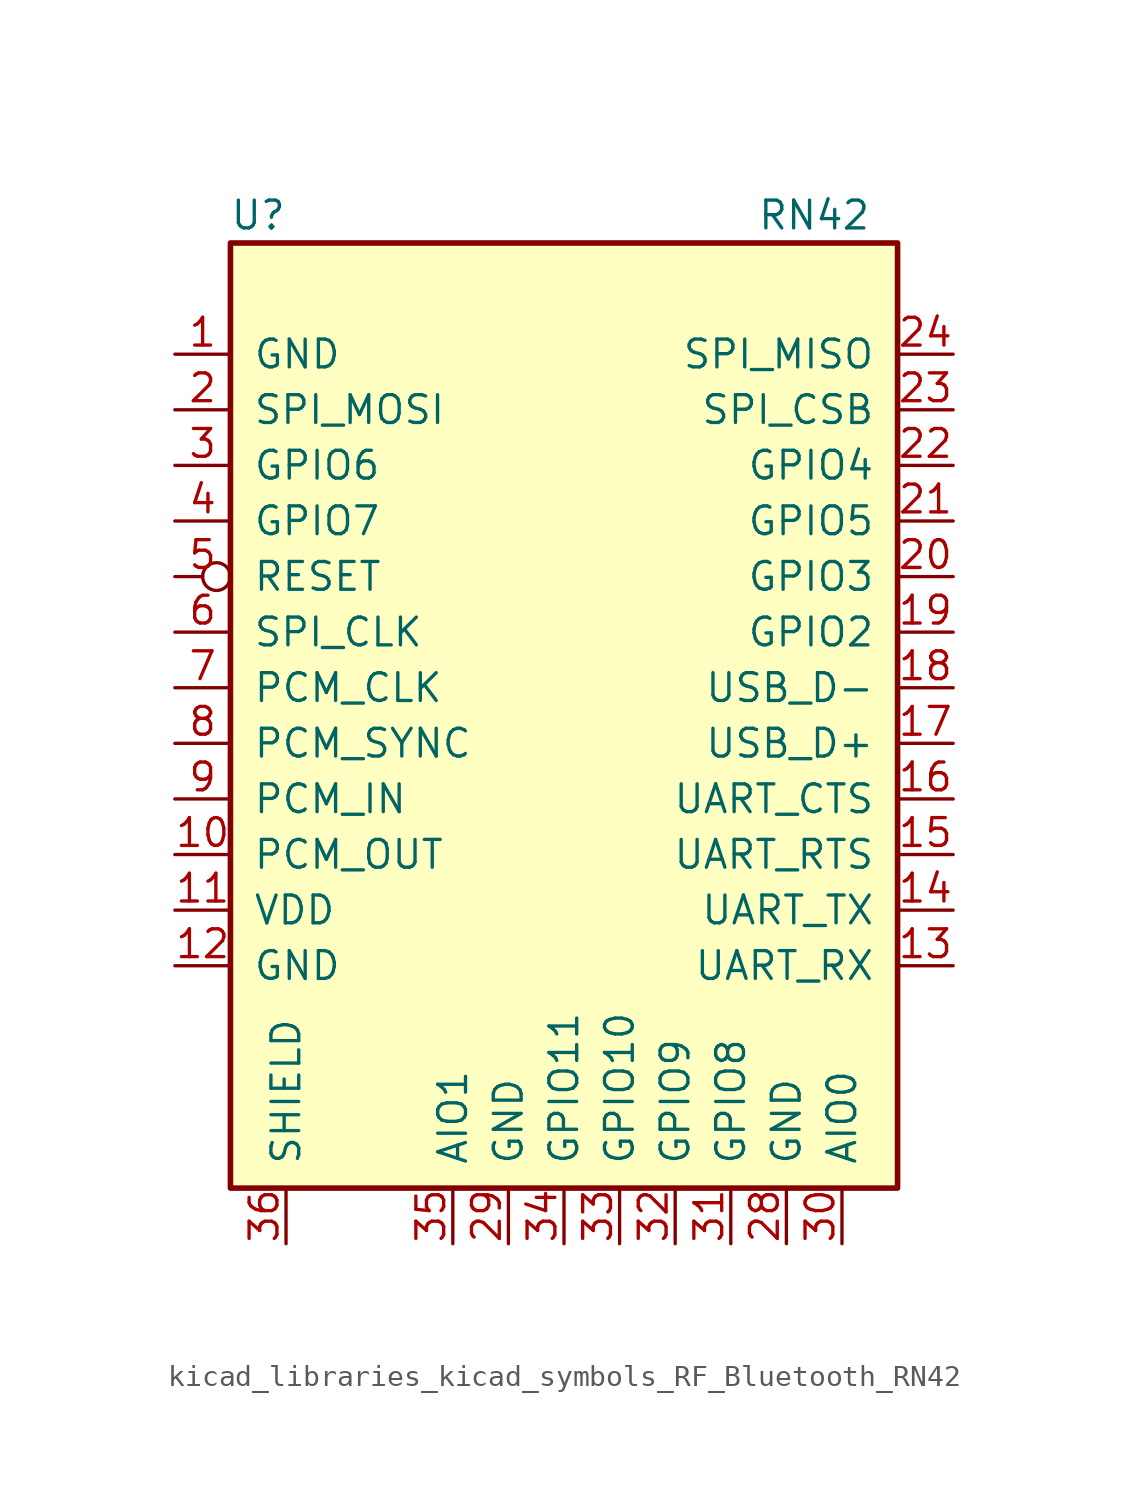
<source format=kicad_sym>
(kicad_symbol_lib
  (version 20220914)
  (generator kicad_symbol_editor)
  (symbol "kicad_libraries_kicad_symbols_RF_Bluetooth_RN42"
    (pin_names
      (offset 1.016))
    (property "Reference" "U"
      (at -13.97 24.13 0)
      (effects (font (size 1.27 1.27))))
    (property "Value" "RN42"
      (at 11.43 24.13 0)
      (effects (font (size 1.27 1.27))))
    (symbol "kicad_libraries_kicad_symbols_RF_Bluetooth_RN42_0_1"
      (rectangle (start -15.24 22.86) (end 15.24 -20.32) (stroke (width 0.254) (type default)) (fill (type background))))
    (symbol "kicad_libraries_kicad_symbols_RF_Bluetooth_RN42_1_1"
      (pin power_in line (at -17.78 17.78 0) (length 2.54) (name "GND" (effects (font (size 1.27 1.27)))) (number "1" (effects (font (size 1.27 1.27)))))
      (pin output line (at -17.78 -5.08 0) (length 2.54) (name "PCM_OUT" (effects (font (size 1.27 1.27)))) (number "10" (effects (font (size 1.27 1.27)))))
      (pin power_in line (at -17.78 -7.62 0) (length 2.54) (name "VDD" (effects (font (size 1.27 1.27)))) (number "11" (effects (font (size 1.27 1.27)))))
      (pin power_in line (at -17.78 -10.16 0) (length 2.54) (name "GND" (effects (font (size 1.27 1.27)))) (number "12" (effects (font (size 1.27 1.27)))))
      (pin input line (at 17.78 -10.16 180) (length 2.54) (name "UART_RX" (effects (font (size 1.27 1.27)))) (number "13" (effects (font (size 1.27 1.27)))))
      (pin output line (at 17.78 -7.62 180) (length 2.54) (name "UART_TX" (effects (font (size 1.27 1.27)))) (number "14" (effects (font (size 1.27 1.27)))))
      (pin output line (at 17.78 -5.08 180) (length 2.54) (name "UART_RTS" (effects (font (size 1.27 1.27)))) (number "15" (effects (font (size 1.27 1.27)))))
      (pin input line (at 17.78 -2.54 180) (length 2.54) (name "UART_CTS" (effects (font (size 1.27 1.27)))) (number "16" (effects (font (size 1.27 1.27)))))
      (pin bidirectional line (at 17.78 0 180) (length 2.54) (name "USB_D+" (effects (font (size 1.27 1.27)))) (number "17" (effects (font (size 1.27 1.27)))))
      (pin bidirectional line (at 17.78 2.54 180) (length 2.54) (name "USB_D-" (effects (font (size 1.27 1.27)))) (number "18" (effects (font (size 1.27 1.27)))))
      (pin bidirectional line (at 17.78 5.08 180) (length 2.54) (name "GPIO2" (effects (font (size 1.27 1.27)))) (number "19" (effects (font (size 1.27 1.27)))))
      (pin input line (at -17.78 15.24 0) (length 2.54) (name "SPI_MOSI" (effects (font (size 1.27 1.27)))) (number "2" (effects (font (size 1.27 1.27)))))
      (pin input line (at 17.78 7.62 180) (length 2.54) (name "GPIO3" (effects (font (size 1.27 1.27)))) (number "20" (effects (font (size 1.27 1.27)))))
      (pin bidirectional line (at 17.78 10.16 180) (length 2.54) (name "GPIO5" (effects (font (size 1.27 1.27)))) (number "21" (effects (font (size 1.27 1.27)))))
      (pin bidirectional line (at 17.78 12.7 180) (length 2.54) (name "GPIO4" (effects (font (size 1.27 1.27)))) (number "22" (effects (font (size 1.27 1.27)))))
      (pin input line (at 17.78 15.24 180) (length 2.54) (name "SPI_CSB" (effects (font (size 1.27 1.27)))) (number "23" (effects (font (size 1.27 1.27)))))
      (pin output line (at 17.78 17.78 180) (length 2.54) (name "SPI_MISO" (effects (font (size 1.27 1.27)))) (number "24" (effects (font (size 1.27 1.27)))))
      (pin power_in line (at 10.16 -22.86 90) (length 2.54) (name "GND" (effects (font (size 1.27 1.27)))) (number "28" (effects (font (size 1.27 1.27)))))
      (pin power_in line (at -2.54 -22.86 90) (length 2.54) (name "GND" (effects (font (size 1.27 1.27)))) (number "29" (effects (font (size 1.27 1.27)))))
      (pin input line (at -17.78 12.7 0) (length 2.54) (name "GPIO6" (effects (font (size 1.27 1.27)))) (number "3" (effects (font (size 1.27 1.27)))))
      (pin input line (at 12.7 -22.86 90) (length 2.54) (name "AIO0" (effects (font (size 1.27 1.27)))) (number "30" (effects (font (size 1.27 1.27)))))
      (pin output line (at 7.62 -22.86 90) (length 2.54) (name "GPIO8" (effects (font (size 1.27 1.27)))) (number "31" (effects (font (size 1.27 1.27)))))
      (pin bidirectional line (at 5.08 -22.86 90) (length 2.54) (name "GPIO9" (effects (font (size 1.27 1.27)))) (number "32" (effects (font (size 1.27 1.27)))))
      (pin bidirectional line (at 2.54 -22.86 90) (length 2.54) (name "GPIO10" (effects (font (size 1.27 1.27)))) (number "33" (effects (font (size 1.27 1.27)))))
      (pin bidirectional line (at 0 -22.86 90) (length 2.54) (name "GPIO11" (effects (font (size 1.27 1.27)))) (number "34" (effects (font (size 1.27 1.27)))))
      (pin input line (at -5.08 -22.86 90) (length 2.54) (name "AIO1" (effects (font (size 1.27 1.27)))) (number "35" (effects (font (size 1.27 1.27)))))
      (pin input line (at -12.7 -22.86 90) (length 2.54) (name "SHIELD" (effects (font (size 1.27 1.27)))) (number "36" (effects (font (size 1.27 1.27)))))
      (pin bidirectional line (at -17.78 10.16 0) (length 2.54) (name "GPIO7" (effects (font (size 1.27 1.27)))) (number "4" (effects (font (size 1.27 1.27)))))
      (pin input inverted (at -17.78 7.62 0) (length 2.54) (name "RESET" (effects (font (size 1.27 1.27)))) (number "5" (effects (font (size 1.27 1.27)))))
      (pin input line (at -17.78 5.08 0) (length 2.54) (name "SPI_CLK" (effects (font (size 1.27 1.27)))) (number "6" (effects (font (size 1.27 1.27)))))
      (pin bidirectional line (at -17.78 2.54 0) (length 2.54) (name "PCM_CLK" (effects (font (size 1.27 1.27)))) (number "7" (effects (font (size 1.27 1.27)))))
      (pin bidirectional line (at -17.78 0 0) (length 2.54) (name "PCM_SYNC" (effects (font (size 1.27 1.27)))) (number "8" (effects (font (size 1.27 1.27)))))
      (pin input line (at -17.78 -2.54 0) (length 2.54) (name "PCM_IN" (effects (font (size 1.27 1.27)))) (number "9" (effects (font (size 1.27 1.27))))))))
</source>
